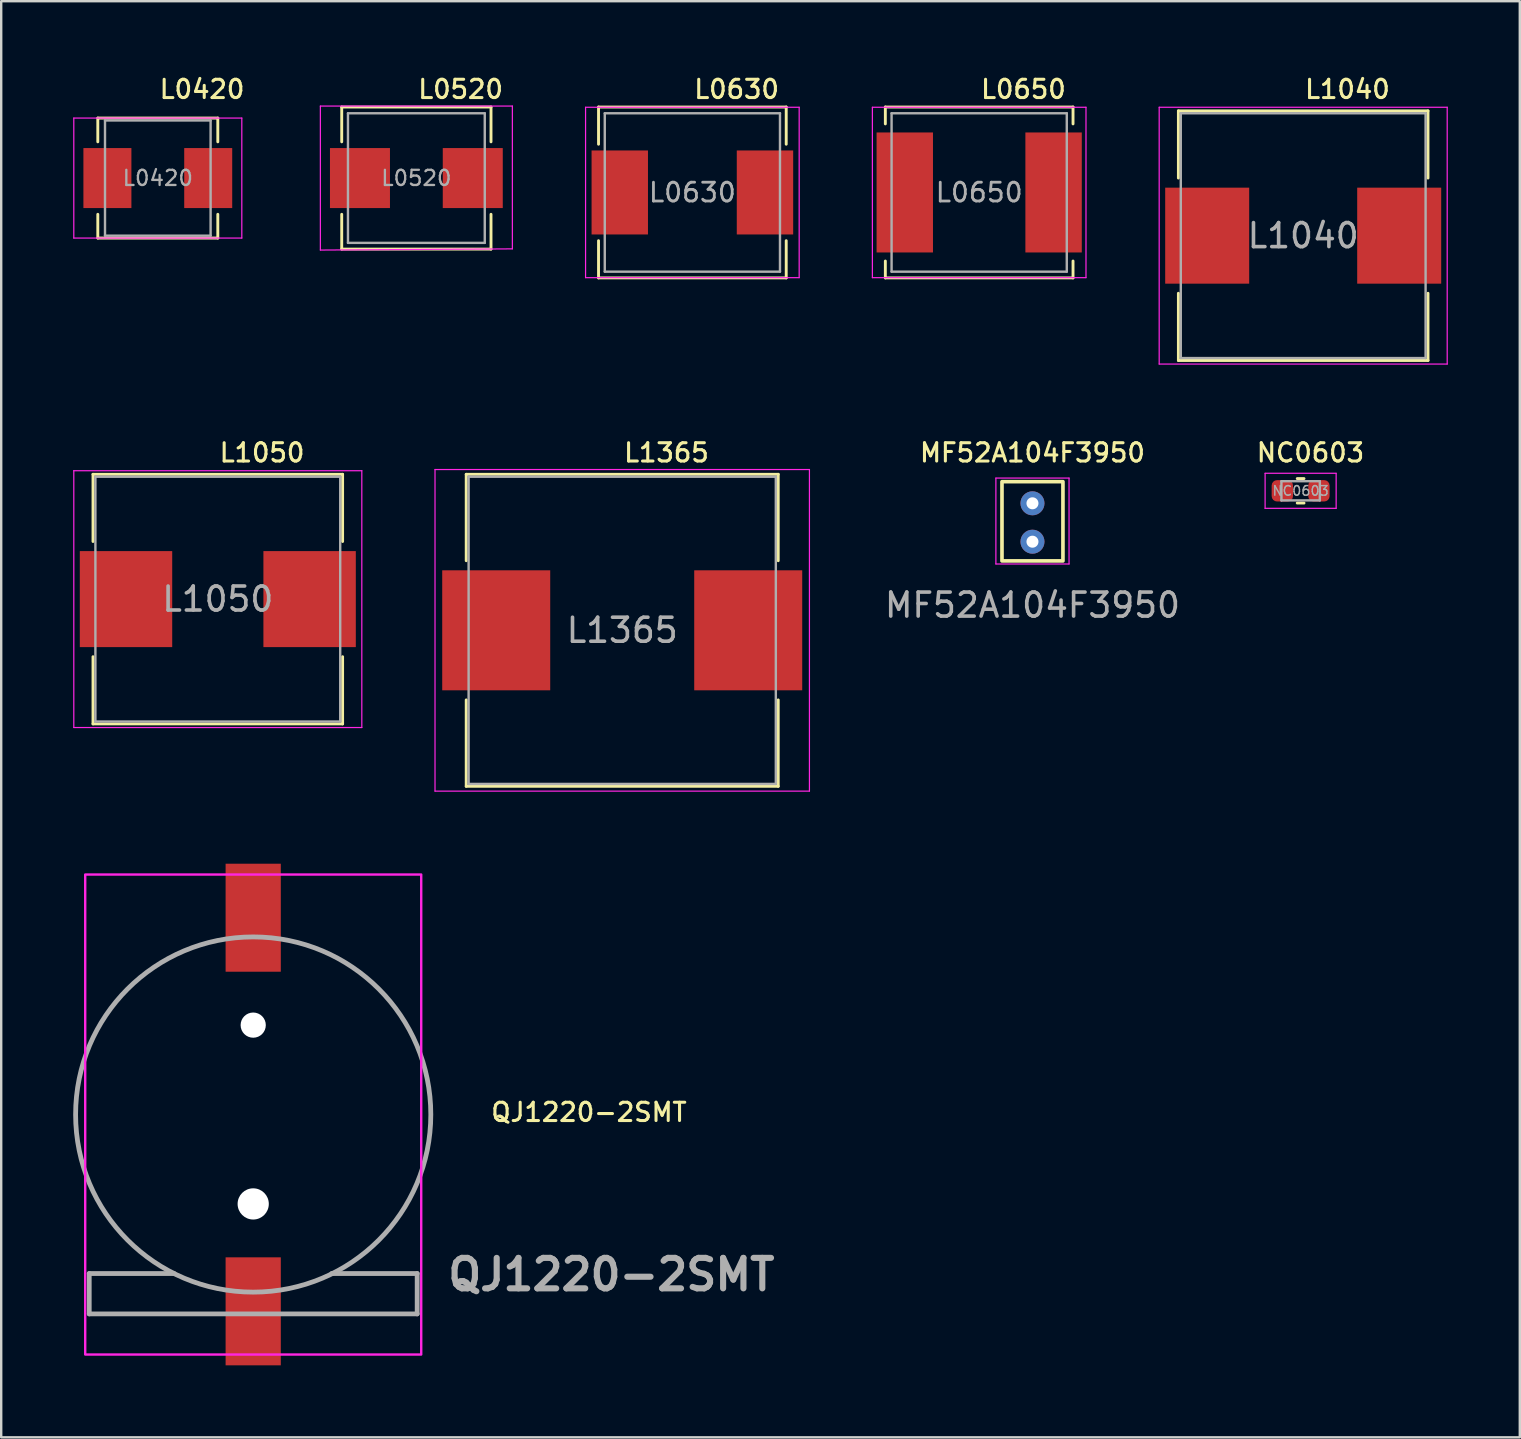
<source format=kicad_pcb>
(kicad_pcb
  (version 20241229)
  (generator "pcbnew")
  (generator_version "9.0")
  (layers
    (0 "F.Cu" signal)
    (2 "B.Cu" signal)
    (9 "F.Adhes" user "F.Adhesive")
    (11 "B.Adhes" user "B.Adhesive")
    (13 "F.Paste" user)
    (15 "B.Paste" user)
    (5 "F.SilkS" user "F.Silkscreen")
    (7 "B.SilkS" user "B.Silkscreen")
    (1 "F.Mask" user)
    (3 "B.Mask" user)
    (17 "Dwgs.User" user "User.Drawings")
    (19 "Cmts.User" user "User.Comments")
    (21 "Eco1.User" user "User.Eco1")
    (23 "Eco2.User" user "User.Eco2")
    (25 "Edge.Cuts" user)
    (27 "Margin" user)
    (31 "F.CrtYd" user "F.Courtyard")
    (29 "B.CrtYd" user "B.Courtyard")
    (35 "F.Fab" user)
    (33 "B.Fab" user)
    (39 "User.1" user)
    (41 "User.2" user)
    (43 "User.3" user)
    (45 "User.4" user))
  (footprint "L0630"
    (layer "F.Cu")
    (at 25.798 4.969)
    (property "Reference" "L0630" (at 0 -4.3 0) (layer "F.SilkS") (effects (font (size 0.762 0.762) (thickness 0.127)) (justify left)))
    (attr smd)
    (fp_line (start -3.91 -3.56) (end -3.91 -2.01) (stroke (width 0.12) (type solid)) (layer "F.SilkS"))
    (fp_line (start -3.91 -3.56) (end 3.91 -3.56) (stroke (width 0.12) (type solid)) (layer "F.SilkS"))
    (fp_line (start -3.91 3.56) (end -3.91 2.01) (stroke (width 0.12) (type solid)) (layer "F.SilkS"))
    (fp_line (start -3.91 3.56) (end 3.91 3.56) (stroke (width 0.12) (type solid)) (layer "F.SilkS"))
    (fp_line (start 3.91 -3.56) (end 3.91 -2.01) (stroke (width 0.12) (type solid)) (layer "F.SilkS"))
    (fp_line (start 3.91 3.56) (end 3.91 2.01) (stroke (width 0.12) (type solid)) (layer "F.SilkS"))
    (fp_line (start -4.45 -3.55) (end -4.45 3.55) (stroke (width 0.05) (type solid)) (layer "F.CrtYd"))
    (fp_line (start -4.45 3.55) (end 4.45 3.55) (stroke (width 0.05) (type solid)) (layer "F.CrtYd"))
    (fp_line (start 4.45 -3.55) (end -4.45 -3.55) (stroke (width 0.05) (type solid)) (layer "F.CrtYd"))
    (fp_line (start 4.45 3.55) (end 4.45 -3.55) (stroke (width 0.05) (type solid)) (layer "F.CrtYd"))
    (fp_line (start -3.65 -3.3) (end -3.65 3.3) (stroke (width 0.1) (type solid)) (layer "F.Fab"))
    (fp_line (start -3.65 3.3) (end 3.65 3.3) (stroke (width 0.1) (type solid)) (layer "F.Fab"))
    (fp_line (start 3.65 -3.3) (end -3.65 -3.3) (stroke (width 0.1) (type solid)) (layer "F.Fab"))
    (fp_line (start 3.65 3.3) (end 3.65 -3.3) (stroke (width 0.1) (type solid)) (layer "F.Fab"))
    (fp_text user "${REFERENCE}" (at 0 0 0) (layer "F.Fab") (effects (font (size 0.783 0.783) (thickness 0.117))))
    (pad "1" smd rect (at -3.025 0) (size 2.35 3.5) (layers "F.Cu" "F.Mask" "F.Paste"))
    (pad "2" smd rect (at 3.025 0) (size 2.35 3.5) (layers "F.Cu" "F.Mask" "F.Paste")))
  (footprint "L0420"
    (layer "F.Cu")
    (at 3.525 4.369)
    (property "Reference" "L0420" (at 0 -3.7 0) (layer "F.SilkS") (effects (font (size 0.762 0.762) (thickness 0.127)) (justify left)))
    (attr smd)
    (fp_line (start -2.5 -2.5) (end -2.5 -1.51) (stroke (width 0.12) (type solid)) (layer "F.SilkS"))
    (fp_line (start -2.5 -2.5) (end 2.5 -2.5) (stroke (width 0.12) (type solid)) (layer "F.SilkS"))
    (fp_line (start -2.5 2.5) (end -2.5 1.51) (stroke (width 0.12) (type solid)) (layer "F.SilkS"))
    (fp_line (start -2.5 2.5) (end 2.5 2.5) (stroke (width 0.12) (type solid)) (layer "F.SilkS"))
    (fp_line (start 2.5 -2.5) (end 2.5 -1.51) (stroke (width 0.12) (type solid)) (layer "F.SilkS"))
    (fp_line (start 2.5 2.5) (end 2.5 1.51) (stroke (width 0.12) (type solid)) (layer "F.SilkS"))
    (fp_line (start -3.5 -2.5) (end -3.5 2.5) (stroke (width 0.05) (type solid)) (layer "F.CrtYd"))
    (fp_line (start -3.5 2.5) (end 3.5 2.5) (stroke (width 0.05) (type solid)) (layer "F.CrtYd"))
    (fp_line (start 3.5 -2.5) (end -3.5 -2.5) (stroke (width 0.05) (type solid)) (layer "F.CrtYd"))
    (fp_line (start 3.5 2.5) (end 3.5 -2.5) (stroke (width 0.05) (type solid)) (layer "F.CrtYd"))
    (fp_line (start -2.2 -2.4) (end -2.2 2.4) (stroke (width 0.1) (type solid)) (layer "F.Fab"))
    (fp_line (start -2.2 2.4) (end 2.2 2.4) (stroke (width 0.1) (type solid)) (layer "F.Fab"))
    (fp_line (start 2.2 -2.4) (end -2.2 -2.4) (stroke (width 0.1) (type solid)) (layer "F.Fab"))
    (fp_line (start 2.2 2.4) (end 2.2 -2.4) (stroke (width 0.1) (type solid)) (layer "F.Fab"))
    (fp_text user "${REFERENCE}" (at 0 0 0) (layer "F.Fab") (effects (font (size 0.633 0.633) (thickness 0.095))))
    (pad "1" smd rect (at -2.1 0) (size 2 2.5) (layers "F.Cu" "F.Mask" "F.Paste"))
    (pad "2" smd rect (at 2.1 0) (size 2 2.5) (layers "F.Cu" "F.Mask" "F.Paste")))
  (footprint "L0650"
    (layer "F.Cu")
    (at 37.748 4.969)
    (property "Reference" "L0650" (at 0 -4.3 0) (layer "F.SilkS") (effects (font (size 0.762 0.762) (thickness 0.127)) (justify left)))
    (attr smd)
    (fp_line (start -3.91 -3.56) (end -3.91 -2.857) (stroke (width 0.12) (type solid)) (layer "F.SilkS"))
    (fp_line (start -3.91 -3.56) (end 3.91 -3.56) (stroke (width 0.12) (type solid)) (layer "F.SilkS"))
    (fp_line (start -3.91 3.56) (end -3.91 2.857) (stroke (width 0.12) (type solid)) (layer "F.SilkS"))
    (fp_line (start -3.91 3.56) (end 3.91 3.56) (stroke (width 0.12) (type solid)) (layer "F.SilkS"))
    (fp_line (start 3.91 -3.56) (end 3.91 -2.857) (stroke (width 0.12) (type solid)) (layer "F.SilkS"))
    (fp_line (start 3.91 3.56) (end 3.91 2.857) (stroke (width 0.12) (type solid)) (layer "F.SilkS"))
    (fp_line (start -4.45 -3.55) (end -4.45 3.55) (stroke (width 0.05) (type solid)) (layer "F.CrtYd"))
    (fp_line (start -4.45 3.55) (end 4.45 3.55) (stroke (width 0.05) (type solid)) (layer "F.CrtYd"))
    (fp_line (start 4.45 -3.55) (end -4.45 -3.55) (stroke (width 0.05) (type solid)) (layer "F.CrtYd"))
    (fp_line (start 4.45 3.55) (end 4.45 -3.55) (stroke (width 0.05) (type solid)) (layer "F.CrtYd"))
    (fp_line (start -3.65 -3.3) (end -3.65 3.3) (stroke (width 0.1) (type solid)) (layer "F.Fab"))
    (fp_line (start -3.65 3.3) (end 3.65 3.3) (stroke (width 0.1) (type solid)) (layer "F.Fab"))
    (fp_line (start 3.65 -3.3) (end -3.65 -3.3) (stroke (width 0.1) (type solid)) (layer "F.Fab"))
    (fp_line (start 3.65 3.3) (end 3.65 -3.3) (stroke (width 0.1) (type solid)) (layer "F.Fab"))
    (fp_text user "${REFERENCE}" (at 0 0 0) (layer "F.Fab") (effects (font (size 0.783 0.783) (thickness 0.117))))
    (pad "1" smd rect (at -3.1 0) (size 2.35 5) (layers "F.Cu" "F.Mask" "F.Paste"))
    (pad "2" smd rect (at 3.1 0) (size 2.35 5) (layers "F.Cu" "F.Mask" "F.Paste")))
  (footprint "QJ1220-2SMT"
    (layer "F.Cu")
    (at 7.5 43.387)
    (property "Reference" "QJ1220-2SMT" (at 9.842 -0.096 0) (layer "F.SilkS") (effects (font (size 0.762 0.762) (thickness 0.127)) (justify left)))
    (attr smd)
    (fp_line (start -6.832 6.625) (end -3.27 6.625) (stroke (width 0.1) (type solid)) (layer "F.SilkS"))
    (fp_line (start -6.832 8.307) (end -6.832 6.625) (stroke (width 0.1) (type solid)) (layer "F.SilkS"))
    (fp_line (start -6.832 8.307) (end -1.553 8.307) (stroke (width 0.1) (type solid)) (layer "F.SilkS"))
    (fp_line (start 6.832 6.625) (end 3.296 6.625) (stroke (width 0.1) (type solid)) (layer "F.SilkS"))
    (fp_line (start 6.832 8.307) (end 1.49 8.307) (stroke (width 0.1) (type solid)) (layer "F.SilkS"))
    (fp_line (start 6.832 8.307) (end 6.832 6.625) (stroke (width 0.1) (type solid)) (layer "F.SilkS"))
    (fp_arc (start -3.295295 6.625783) (mid -7.399998 0.000879) (end -3.29687 -6.625) (stroke (width 0.1) (type solid)) (layer "F.SilkS"))
    (fp_arc (start 3.295287 -6.625787) (mid 7.399995 -0.000884) (end 3.29687 6.625) (stroke (width 0.1) (type solid)) (layer "F.SilkS"))
    (fp_rect (start -7 -10) (end 7 10) (stroke (width 0.1) (type default)) (fill no) (layer "F.CrtYd"))
    (fp_line (start -6.832 6.625) (end -6.832 8.307) (stroke (width 0.2) (type solid)) (layer "F.Fab"))
    (fp_line (start -6.832 8.307) (end 6.832 8.307) (stroke (width 0.2) (type solid)) (layer "F.Fab"))
    (fp_line (start -3.297 6.625) (end -6.832 6.625) (stroke (width 0.2) (type solid)) (layer "F.Fab"))
    (fp_line (start 6.832 6.625) (end 3.27 6.625) (stroke (width 0.2) (type solid)) (layer "F.Fab"))
    (fp_line (start 6.832 8.307) (end 6.832 6.625) (stroke (width 0.2) (type solid)) (layer "F.Fab"))
    (fp_circle (center 0 0) (end 0 7.4) (stroke (width 0.2) (type solid)) (fill no) (layer "F.Fab"))
    (fp_text user "${REFERENCE}" (at 14.922 6.668 0) (layer "F.Fab") (effects (font (size 1.27 1.27) (thickness 0.254))))
    (pad "" np_thru_hole circle (at 0 -3.725) (size 1.05 1.05) (drill 1.05) (layers "*.Cu" "*.Mask"))
    (pad "" np_thru_hole circle (at 0 3.725) (size 1.3 1.3) (drill 1.3) (layers "*.Cu" "*.Mask"))
    (pad "1" smd rect (at 0 8.2) (size 2.3 4.5) (layers "F.Cu" "F.Mask" "F.Paste"))
    (pad "2" smd rect (at 0 -8.2) (size 2.3 4.5) (layers "F.Cu" "F.Mask" "F.Paste")))
  (footprint "MF52A104F3950"
    (layer "F.Cu")
    (at 39.968 18.67)
    (property "Reference" "MF52A104F3950" (at 0 -2.857 0) (layer "F.SilkS") (effects (font (size 0.762 0.762) (thickness 0.127))))
    (attr through_hole)
    (fp_rect (start -1.27 -1.651) (end 1.27 1.651) (stroke (width 0.152) (type default)) (fill no) (layer "F.SilkS"))
    (fp_line (start -1.524 -1.8) (end -1.524 1.778) (stroke (width 0.05) (type solid)) (layer "F.CrtYd"))
    (fp_line (start -1.524 1.778) (end 1.524 1.778) (stroke (width 0.05) (type solid)) (layer "F.CrtYd"))
    (fp_line (start 1.524 -1.8) (end -1.524 -1.8) (stroke (width 0.05) (type solid)) (layer "F.CrtYd"))
    (fp_line (start 1.524 1.778) (end 1.524 -1.8) (stroke (width 0.05) (type solid)) (layer "F.CrtYd"))
    (fp_text user "${REFERENCE}" (at 0 3.493 180) (layer "F.Fab") (effects (font (size 1 1) (thickness 0.15))))
    (pad "1" thru_hole circle (at 0 -0.75) (size 1 1) (drill 0.5) (layers "*.Cu" "*.Mask"))
    (pad "2" thru_hole circle (at 0 0.85) (size 1 1) (drill 0.5) (layers "*.Cu" "*.Mask")))
  (footprint "NC0603"
    (layer "F.Cu")
    (at 51.141 17.4)
    (property "Reference" "NC0603" (at -1.905 -1.587 0) (layer "F.SilkS") (effects (font (size 0.762 0.762) (thickness 0.127)) (justify left)))
    (attr smd)
    (fp_line (start -0.141 -0.51) (end 0.141 -0.51) (stroke (width 0.12) (type solid)) (layer "F.SilkS"))
    (fp_line (start -0.141 0.51) (end 0.141 0.51) (stroke (width 0.12) (type solid)) (layer "F.SilkS"))
    (fp_line (start -1.48 -0.73) (end 1.48 -0.73) (stroke (width 0.05) (type solid)) (layer "F.CrtYd"))
    (fp_line (start -1.48 0.73) (end -1.48 -0.73) (stroke (width 0.05) (type solid)) (layer "F.CrtYd"))
    (fp_line (start 1.48 -0.73) (end 1.48 0.73) (stroke (width 0.05) (type solid)) (layer "F.CrtYd"))
    (fp_line (start 1.48 0.73) (end -1.48 0.73) (stroke (width 0.05) (type solid)) (layer "F.CrtYd"))
    (fp_line (start -0.8 -0.4) (end 0.8 -0.4) (stroke (width 0.1) (type solid)) (layer "F.Fab"))
    (fp_line (start -0.8 0.4) (end -0.8 -0.4) (stroke (width 0.1) (type solid)) (layer "F.Fab"))
    (fp_line (start 0.8 -0.4) (end 0.8 0.4) (stroke (width 0.1) (type solid)) (layer "F.Fab"))
    (fp_line (start 0.8 0.4) (end -0.8 0.4) (stroke (width 0.1) (type solid)) (layer "F.Fab"))
    (fp_text user "${REFERENCE}" (at 0 0 0) (layer "F.Fab") (effects (font (size 0.4 0.4) (thickness 0.06))))
    (pad "1" smd roundrect (at -0.762 0) (size 0.889 0.889) (layers "F.Cu" "F.Mask" "F.Paste") (roundrect_rratio 0.25))
    (pad "2" smd roundrect (at 0.762 0) (size 0.889 0.889) (layers "F.Cu" "F.Mask" "F.Paste") (roundrect_rratio 0.25)))
  (footprint "L1050"
    (layer "F.Cu")
    (at 6.025 21.912)
    (property "Reference" "L1050" (at 0 -6.1 0) (layer "F.SilkS") (effects (font (size 0.762 0.762) (thickness 0.127)) (justify left)))
    (attr smd)
    (fp_line (start -5.2 -5.2) (end 5.2 -5.2) (stroke (width 0.12) (type solid)) (layer "F.SilkS"))
    (fp_line (start -5.2 -2.4) (end -5.2 -5.2) (stroke (width 0.12) (type solid)) (layer "F.SilkS"))
    (fp_line (start -5.2 2.4) (end -5.2 5.2) (stroke (width 0.12) (type solid)) (layer "F.SilkS"))
    (fp_line (start -5.2 5.2) (end 5.2 5.2) (stroke (width 0.12) (type solid)) (layer "F.SilkS"))
    (fp_line (start 5.2 -5.2) (end 5.2 -2.4) (stroke (width 0.12) (type solid)) (layer "F.SilkS"))
    (fp_line (start 5.2 5.2) (end 5.2 2.4) (stroke (width 0.12) (type solid)) (layer "F.SilkS"))
    (fp_line (start -6 -5.35) (end -6 5.35) (stroke (width 0.05) (type solid)) (layer "F.CrtYd"))
    (fp_line (start -6 5.35) (end 6 5.35) (stroke (width 0.05) (type solid)) (layer "F.CrtYd"))
    (fp_line (start 6 -5.35) (end -6 -5.35) (stroke (width 0.05) (type solid)) (layer "F.CrtYd"))
    (fp_line (start 6 5.35) (end 6 -5.35) (stroke (width 0.05) (type solid)) (layer "F.CrtYd"))
    (fp_line (start -5.1 -5.1) (end -5.1 5.1) (stroke (width 0.1) (type solid)) (layer "F.Fab"))
    (fp_line (start -5.1 5.1) (end 5.1 5.1) (stroke (width 0.1) (type solid)) (layer "F.Fab"))
    (fp_line (start 5.1 -5.1) (end -5.1 -5.1) (stroke (width 0.1) (type solid)) (layer "F.Fab"))
    (fp_line (start 5.1 5.1) (end 5.1 -5.1) (stroke (width 0.1) (type solid)) (layer "F.Fab"))
    (fp_text user "${REFERENCE}" (at 0 0 0) (layer "F.Fab") (effects (font (size 1 1) (thickness 0.15))))
    (pad "1" smd rect (at -3.825 0) (size 3.85 4) (layers "F.Cu" "F.Mask" "F.Paste"))
    (pad "2" smd rect (at 3.825 0) (size 3.85 4) (layers "F.Cu" "F.Mask" "F.Paste")))
  (footprint "L1365"
    (layer "F.Cu")
    (at 22.875 23.212)
    (property "Reference" "L1365" (at 0 -7.4 0) (layer "F.SilkS") (effects (font (size 0.762 0.762) (thickness 0.127)) (justify left)))
    (attr smd)
    (fp_line (start -6.5 -6.5) (end 6.5 -6.5) (stroke (width 0.12) (type solid)) (layer "F.SilkS"))
    (fp_line (start -6.5 -2.9) (end -6.5 -6.5) (stroke (width 0.12) (type solid)) (layer "F.SilkS"))
    (fp_line (start -6.5 2.9) (end -6.5 6.5) (stroke (width 0.12) (type solid)) (layer "F.SilkS"))
    (fp_line (start -6.5 6.5) (end 6.5 6.5) (stroke (width 0.12) (type solid)) (layer "F.SilkS"))
    (fp_line (start 6.5 -6.5) (end 6.5 -2.9) (stroke (width 0.12) (type solid)) (layer "F.SilkS"))
    (fp_line (start 6.5 6.5) (end 6.5 2.9) (stroke (width 0.12) (type solid)) (layer "F.SilkS"))
    (fp_line (start -7.8 -6.7) (end -7.8 6.7) (stroke (width 0.05) (type solid)) (layer "F.CrtYd"))
    (fp_line (start -7.8 6.7) (end 7.8 6.7) (stroke (width 0.05) (type solid)) (layer "F.CrtYd"))
    (fp_line (start 7.8 -6.7) (end -7.8 -6.7) (stroke (width 0.05) (type solid)) (layer "F.CrtYd"))
    (fp_line (start 7.8 6.7) (end 7.8 -6.7) (stroke (width 0.05) (type solid)) (layer "F.CrtYd"))
    (fp_line (start -6.4 -6.4) (end -6.4 6.4) (stroke (width 0.1) (type solid)) (layer "F.Fab"))
    (fp_line (start -6.4 6.4) (end 6.4 6.4) (stroke (width 0.1) (type solid)) (layer "F.Fab"))
    (fp_line (start 6.4 -6.4) (end -6.4 -6.4) (stroke (width 0.1) (type solid)) (layer "F.Fab"))
    (fp_line (start 6.4 6.4) (end 6.4 -6.4) (stroke (width 0.1) (type solid)) (layer "F.Fab"))
    (fp_text user "${REFERENCE}" (at 0 0 0) (layer "F.Fab") (effects (font (size 1 1) (thickness 0.15))))
    (pad "1" smd rect (at -5.25 0) (size 4.5 5) (layers "F.Cu" "F.Mask" "F.Paste"))
    (pad "2" smd rect (at 5.25 0) (size 4.5 5) (layers "F.Cu" "F.Mask" "F.Paste")))
  (footprint "L1040"
    (layer "F.Cu")
    (at 51.248 6.769)
    (property "Reference" "L1040" (at 0 -6.1 0) (layer "F.SilkS") (effects (font (size 0.762 0.762) (thickness 0.127)) (justify left)))
    (attr smd)
    (fp_line (start -5.2 -5.2) (end 5.2 -5.2) (stroke (width 0.12) (type solid)) (layer "F.SilkS"))
    (fp_line (start -5.2 -2.4) (end -5.2 -5.2) (stroke (width 0.12) (type solid)) (layer "F.SilkS"))
    (fp_line (start -5.2 2.4) (end -5.2 5.2) (stroke (width 0.12) (type solid)) (layer "F.SilkS"))
    (fp_line (start -5.2 5.2) (end 5.2 5.2) (stroke (width 0.12) (type solid)) (layer "F.SilkS"))
    (fp_line (start 5.2 -5.2) (end 5.2 -2.4) (stroke (width 0.12) (type solid)) (layer "F.SilkS"))
    (fp_line (start 5.2 5.2) (end 5.2 2.4) (stroke (width 0.12) (type solid)) (layer "F.SilkS"))
    (fp_line (start -6 -5.35) (end -6 5.35) (stroke (width 0.05) (type solid)) (layer "F.CrtYd"))
    (fp_line (start -6 5.35) (end 6 5.35) (stroke (width 0.05) (type solid)) (layer "F.CrtYd"))
    (fp_line (start 6 -5.35) (end -6 -5.35) (stroke (width 0.05) (type solid)) (layer "F.CrtYd"))
    (fp_line (start 6 5.35) (end 6 -5.35) (stroke (width 0.05) (type solid)) (layer "F.CrtYd"))
    (fp_line (start -5.1 -5.1) (end -5.1 5.1) (stroke (width 0.1) (type solid)) (layer "F.Fab"))
    (fp_line (start -5.1 5.1) (end 5.1 5.1) (stroke (width 0.1) (type solid)) (layer "F.Fab"))
    (fp_line (start 5.1 -5.1) (end -5.1 -5.1) (stroke (width 0.1) (type solid)) (layer "F.Fab"))
    (fp_line (start 5.1 5.1) (end 5.1 -5.1) (stroke (width 0.1) (type solid)) (layer "F.Fab"))
    (fp_text user "${REFERENCE}" (at 0 0 0) (layer "F.Fab") (effects (font (size 1 1) (thickness 0.15))))
    (pad "1" smd rect (at -4 0) (size 3.5 4) (layers "F.Cu" "F.Mask" "F.Paste"))
    (pad "2" smd rect (at 4 0) (size 3.5 4) (layers "F.Cu" "F.Mask" "F.Paste")))
  (footprint "L0520"
    (layer "F.Cu")
    (at 14.298 4.369)
    (property "Reference" "L0520" (at 0 -3.7 0) (layer "F.SilkS") (effects (font (size 0.762 0.762) (thickness 0.127)) (justify left)))
    (attr smd)
    (fp_line (start -3.11 -2.96) (end -3.11 -1.51) (stroke (width 0.12) (type solid)) (layer "F.SilkS"))
    (fp_line (start -3.11 -2.96) (end 3.11 -2.96) (stroke (width 0.12) (type solid)) (layer "F.SilkS"))
    (fp_line (start -3.11 2.96) (end -3.11 1.51) (stroke (width 0.12) (type solid)) (layer "F.SilkS"))
    (fp_line (start -3.11 2.96) (end 3.11 2.96) (stroke (width 0.12) (type solid)) (layer "F.SilkS"))
    (fp_line (start 3.11 -2.96) (end 3.11 -1.51) (stroke (width 0.12) (type solid)) (layer "F.SilkS"))
    (fp_line (start 3.11 2.96) (end 3.11 1.51) (stroke (width 0.12) (type solid)) (layer "F.SilkS"))
    (fp_line (start -4 -3) (end -4 3) (stroke (width 0.05) (type solid)) (layer "F.CrtYd"))
    (fp_line (start -4 3) (end 4 2.95) (stroke (width 0.05) (type solid)) (layer "F.CrtYd"))
    (fp_line (start 4 -3) (end -4 -3) (stroke (width 0.05) (type solid)) (layer "F.CrtYd"))
    (fp_line (start 4 2.95) (end 4 -3) (stroke (width 0.05) (type solid)) (layer "F.CrtYd"))
    (fp_line (start -2.85 -2.7) (end -2.85 2.7) (stroke (width 0.1) (type solid)) (layer "F.Fab"))
    (fp_line (start -2.85 2.7) (end 2.85 2.7) (stroke (width 0.1) (type solid)) (layer "F.Fab"))
    (fp_line (start 2.85 -2.7) (end -2.85 -2.7) (stroke (width 0.1) (type solid)) (layer "F.Fab"))
    (fp_line (start 2.85 2.7) (end 2.85 -2.7) (stroke (width 0.1) (type solid)) (layer "F.Fab"))
    (fp_text user "${REFERENCE}" (at 0 0 0) (layer "F.Fab") (effects (font (size 0.633 0.633) (thickness 0.095))))
    (pad "1" smd rect (at -2.35 0) (size 2.5 2.5) (layers "F.Cu" "F.Mask" "F.Paste"))
    (pad "2" smd rect (at 2.35 0) (size 2.5 2.5) (layers "F.Cu" "F.Mask" "F.Paste")))
  (gr_rect
    (start -3 -3)
    (end 60.273 56.837)
    (stroke (width 0.1) (type default))
    (fill no)
    (layer "Edge.Cuts")))
</source>
